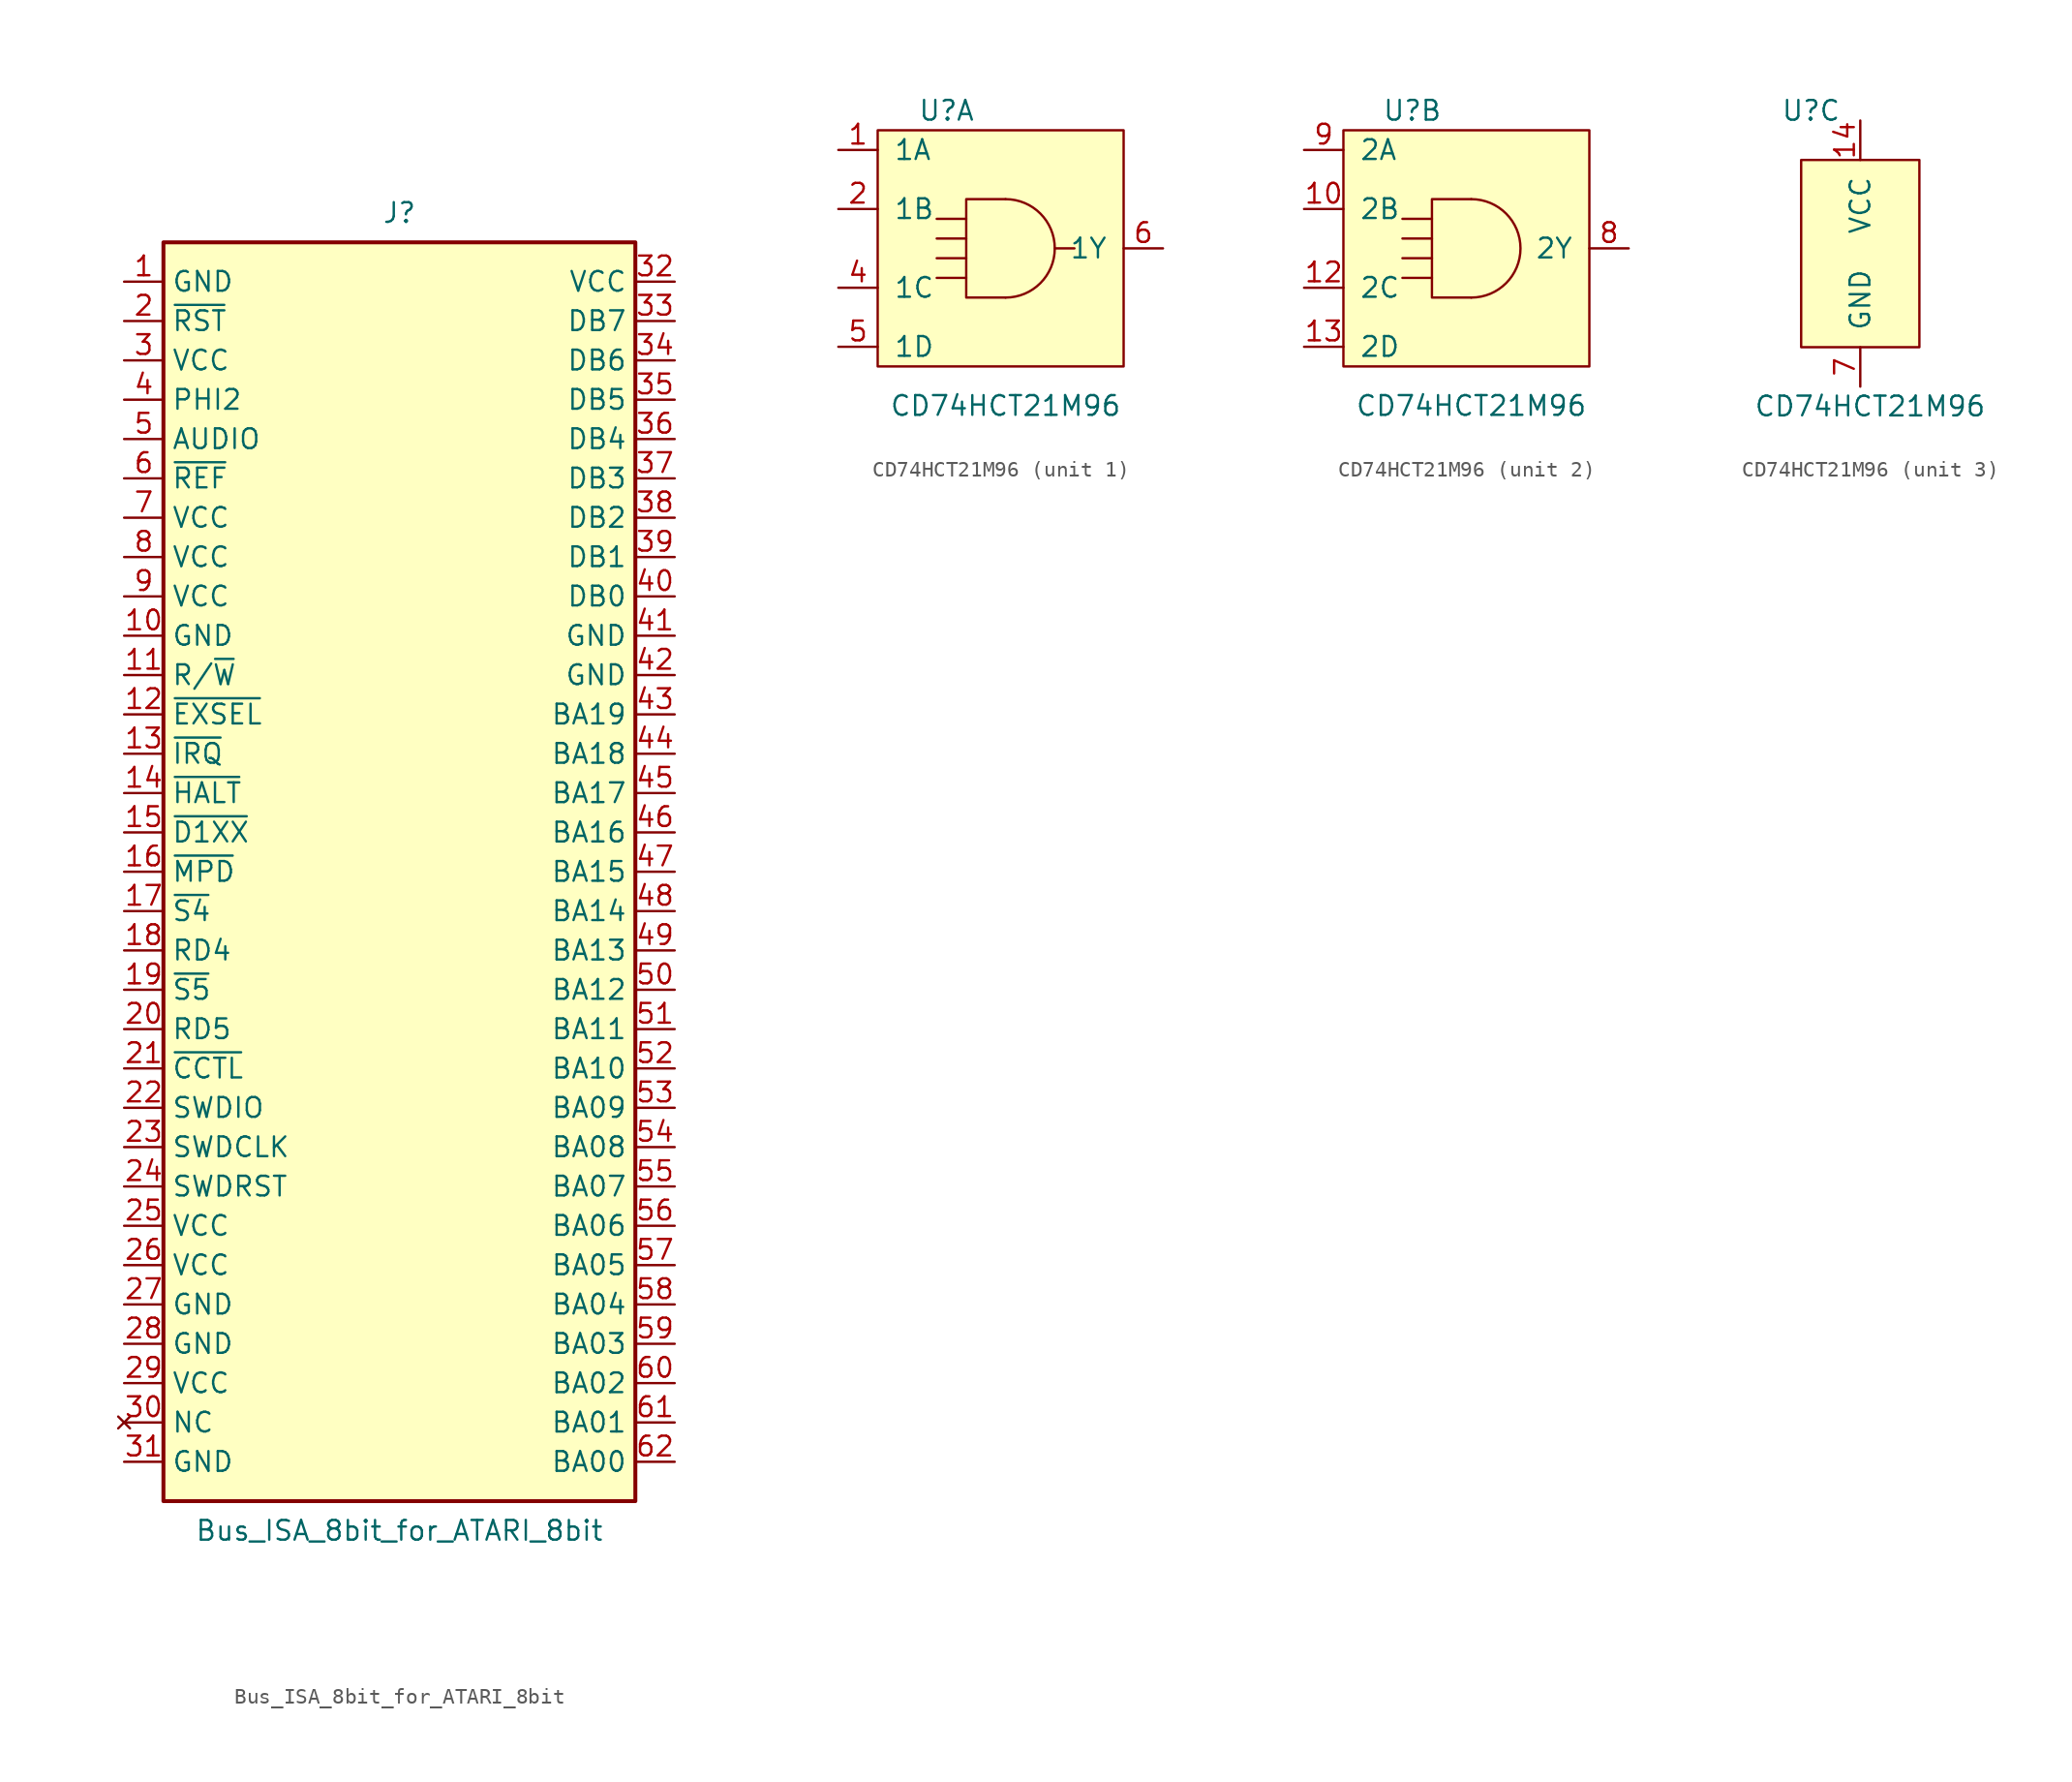
<source format=kicad_sym>
(kicad_symbol_lib
  (version 20241209)
  (generator "kicad_symbol_editor")
  (generator_version "9.0")
  (symbol "Bus_ISA_8bit_for_ATARI_8bit"
    (property "Reference" "J"
      (at 0 42.545 0)
      (effects (font (size 1.27 1.27))))
    (property "Value" "Bus_ISA_8bit_for_ATARI_8bit"
      (at 0 -42.545 0)
      (effects (font (size 1.27 1.27))))
    (symbol "Bus_ISA_8bit_for_ATARI_8bit_0_1"
      (rectangle (start -15.24 -40.64) (end 15.24 40.64) (stroke (width 0.254) (type solid)) (fill (type background))))
    (symbol "Bus_ISA_8bit_for_ATARI_8bit_1_1"
      (pin power_in line (at -17.78 38.1 0) (length 2.54) (name "GND" (effects (font (size 1.27 1.27)))) (number "1" (effects (font (size 1.27 1.27)))))
      (pin bidirectional line (at -17.78 35.56 0) (length 2.54) (name "~{RST}" (effects (font (size 1.27 1.27)))) (number "2" (effects (font (size 1.27 1.27)))))
      (pin power_in line (at -17.78 33.02 0) (length 2.54) (name "VCC" (effects (font (size 1.27 1.27)))) (number "3" (effects (font (size 1.27 1.27)))))
      (pin input line (at -17.78 30.48 0) (length 2.54) (name "PHI2" (effects (font (size 1.27 1.27)))) (number "4" (effects (font (size 1.27 1.27)))))
      (pin input line (at -17.78 27.94 0) (length 2.54) (name "AUDIO" (effects (font (size 1.27 1.27)))) (number "5" (effects (font (size 1.27 1.27)))))
      (pin bidirectional line (at -17.78 25.4 0) (length 2.54) (name "~{REF}" (effects (font (size 1.27 1.27)))) (number "6" (effects (font (size 1.27 1.27)))))
      (pin power_in line (at -17.78 22.86 0) (length 2.54) (name "VCC" (effects (font (size 1.27 1.27)))) (number "7" (effects (font (size 1.27 1.27)))))
      (pin power_in line (at -17.78 20.32 0) (length 2.54) (name "VCC" (effects (font (size 1.27 1.27)))) (number "8" (effects (font (size 1.27 1.27)))))
      (pin power_in line (at -17.78 17.78 0) (length 2.54) (name "VCC" (effects (font (size 1.27 1.27)))) (number "9" (effects (font (size 1.27 1.27)))))
      (pin power_in line (at -17.78 15.24 0) (length 2.54) (name "GND" (effects (font (size 1.27 1.27)))) (number "10" (effects (font (size 1.27 1.27)))))
      (pin input line (at -17.78 12.7 0) (length 2.54) (name "R/~{W}" (effects (font (size 1.27 1.27)))) (number "11" (effects (font (size 1.27 1.27)))))
      (pin bidirectional line (at -17.78 10.16 0) (length 2.54) (name "~{EXSEL}" (effects (font (size 1.27 1.27)))) (number "12" (effects (font (size 1.27 1.27)))))
      (pin bidirectional line (at -17.78 7.62 0) (length 2.54) (name "~{IRQ}" (effects (font (size 1.27 1.27)))) (number "13" (effects (font (size 1.27 1.27)))))
      (pin bidirectional line (at -17.78 5.08 0) (length 2.54) (name "~{HALT}" (effects (font (size 1.27 1.27)))) (number "14" (effects (font (size 1.27 1.27)))))
      (pin bidirectional line (at -17.78 2.54 0) (length 2.54) (name "~{D1XX}" (effects (font (size 1.27 1.27)))) (number "15" (effects (font (size 1.27 1.27)))))
      (pin bidirectional line (at -17.78 0 0) (length 2.54) (name "~{MPD}" (effects (font (size 1.27 1.27)))) (number "16" (effects (font (size 1.27 1.27)))))
      (pin bidirectional line (at -17.78 -2.54 0) (length 2.54) (name "~{S4}" (effects (font (size 1.27 1.27)))) (number "17" (effects (font (size 1.27 1.27)))))
      (pin bidirectional line (at -17.78 -5.08 0) (length 2.54) (name "RD4" (effects (font (size 1.27 1.27)))) (number "18" (effects (font (size 1.27 1.27)))))
      (pin bidirectional line (at -17.78 -7.62 0) (length 2.54) (name "~{S5}" (effects (font (size 1.27 1.27)))) (number "19" (effects (font (size 1.27 1.27)))))
      (pin bidirectional line (at -17.78 -10.16 0) (length 2.54) (name "RD5" (effects (font (size 1.27 1.27)))) (number "20" (effects (font (size 1.27 1.27)))))
      (pin bidirectional line (at -17.78 -12.7 0) (length 2.54) (name "~{CCTL}" (effects (font (size 1.27 1.27)))) (number "21" (effects (font (size 1.27 1.27)))))
      (pin tri_state line (at -17.78 -15.24 0) (length 2.54) (name "SWDIO" (effects (font (size 1.27 1.27)))) (number "22" (effects (font (size 1.27 1.27)))))
      (pin input line (at -17.78 -17.78 0) (length 2.54) (name "SWDCLK" (effects (font (size 1.27 1.27)))) (number "23" (effects (font (size 1.27 1.27)))))
      (pin input line (at -17.78 -20.32 0) (length 2.54) (name "SWDRST" (effects (font (size 1.27 1.27)))) (number "24" (effects (font (size 1.27 1.27)))))
      (pin power_in line (at -17.78 -22.86 0) (length 2.54) (name "VCC" (effects (font (size 1.27 1.27)))) (number "25" (effects (font (size 1.27 1.27)))))
      (pin power_in line (at -17.78 -25.4 0) (length 2.54) (name "VCC" (effects (font (size 1.27 1.27)))) (number "26" (effects (font (size 1.27 1.27)))))
      (pin power_in line (at -17.78 -27.94 0) (length 2.54) (name "GND" (effects (font (size 1.27 1.27)))) (number "27" (effects (font (size 1.27 1.27)))))
      (pin power_in line (at -17.78 -30.48 0) (length 2.54) (name "GND" (effects (font (size 1.27 1.27)))) (number "28" (effects (font (size 1.27 1.27)))))
      (pin power_in line (at -17.78 -33.02 0) (length 2.54) (name "VCC" (effects (font (size 1.27 1.27)))) (number "29" (effects (font (size 1.27 1.27)))))
      (pin no_connect line (at -17.78 -35.56 0) (length 2.54) (name "NC" (effects (font (size 1.27 1.27)))) (number "30" (effects (font (size 1.27 1.27)))))
      (pin power_in line (at -17.78 -38.1 0) (length 2.54) (name "GND" (effects (font (size 1.27 1.27)))) (number "31" (effects (font (size 1.27 1.27)))))
      (pin power_in line (at 17.78 38.1 180) (length 2.54) (name "VCC" (effects (font (size 1.27 1.27)))) (number "32" (effects (font (size 1.27 1.27)))))
      (pin tri_state line (at 17.78 35.56 180) (length 2.54) (name "DB7" (effects (font (size 1.27 1.27)))) (number "33" (effects (font (size 1.27 1.27)))))
      (pin tri_state line (at 17.78 33.02 180) (length 2.54) (name "DB6" (effects (font (size 1.27 1.27)))) (number "34" (effects (font (size 1.27 1.27)))))
      (pin tri_state line (at 17.78 30.48 180) (length 2.54) (name "DB5" (effects (font (size 1.27 1.27)))) (number "35" (effects (font (size 1.27 1.27)))))
      (pin tri_state line (at 17.78 27.94 180) (length 2.54) (name "DB4" (effects (font (size 1.27 1.27)))) (number "36" (effects (font (size 1.27 1.27)))))
      (pin tri_state line (at 17.78 25.4 180) (length 2.54) (name "DB3" (effects (font (size 1.27 1.27)))) (number "37" (effects (font (size 1.27 1.27)))))
      (pin tri_state line (at 17.78 22.86 180) (length 2.54) (name "DB2" (effects (font (size 1.27 1.27)))) (number "38" (effects (font (size 1.27 1.27)))))
      (pin tri_state line (at 17.78 20.32 180) (length 2.54) (name "DB1" (effects (font (size 1.27 1.27)))) (number "39" (effects (font (size 1.27 1.27)))))
      (pin tri_state line (at 17.78 17.78 180) (length 2.54) (name "DB0" (effects (font (size 1.27 1.27)))) (number "40" (effects (font (size 1.27 1.27)))))
      (pin power_in line (at 17.78 15.24 180) (length 2.54) (name "GND" (effects (font (size 1.27 1.27)))) (number "41" (effects (font (size 1.27 1.27)))))
      (pin power_in line (at 17.78 12.7 180) (length 2.54) (name "GND" (effects (font (size 1.27 1.27)))) (number "42" (effects (font (size 1.27 1.27)))))
      (pin tri_state line (at 17.78 10.16 180) (length 2.54) (name "BA19" (effects (font (size 1.27 1.27)))) (number "43" (effects (font (size 1.27 1.27)))))
      (pin tri_state line (at 17.78 7.62 180) (length 2.54) (name "BA18" (effects (font (size 1.27 1.27)))) (number "44" (effects (font (size 1.27 1.27)))))
      (pin tri_state line (at 17.78 5.08 180) (length 2.54) (name "BA17" (effects (font (size 1.27 1.27)))) (number "45" (effects (font (size 1.27 1.27)))))
      (pin tri_state line (at 17.78 2.54 180) (length 2.54) (name "BA16" (effects (font (size 1.27 1.27)))) (number "46" (effects (font (size 1.27 1.27)))))
      (pin tri_state line (at 17.78 0 180) (length 2.54) (name "BA15" (effects (font (size 1.27 1.27)))) (number "47" (effects (font (size 1.27 1.27)))))
      (pin tri_state line (at 17.78 -2.54 180) (length 2.54) (name "BA14" (effects (font (size 1.27 1.27)))) (number "48" (effects (font (size 1.27 1.27)))))
      (pin tri_state line (at 17.78 -5.08 180) (length 2.54) (name "BA13" (effects (font (size 1.27 1.27)))) (number "49" (effects (font (size 1.27 1.27)))))
      (pin tri_state line (at 17.78 -7.62 180) (length 2.54) (name "BA12" (effects (font (size 1.27 1.27)))) (number "50" (effects (font (size 1.27 1.27)))))
      (pin tri_state line (at 17.78 -10.16 180) (length 2.54) (name "BA11" (effects (font (size 1.27 1.27)))) (number "51" (effects (font (size 1.27 1.27)))))
      (pin tri_state line (at 17.78 -12.7 180) (length 2.54) (name "BA10" (effects (font (size 1.27 1.27)))) (number "52" (effects (font (size 1.27 1.27)))))
      (pin tri_state line (at 17.78 -15.24 180) (length 2.54) (name "BA09" (effects (font (size 1.27 1.27)))) (number "53" (effects (font (size 1.27 1.27)))))
      (pin tri_state line (at 17.78 -17.78 180) (length 2.54) (name "BA08" (effects (font (size 1.27 1.27)))) (number "54" (effects (font (size 1.27 1.27)))))
      (pin tri_state line (at 17.78 -20.32 180) (length 2.54) (name "BA07" (effects (font (size 1.27 1.27)))) (number "55" (effects (font (size 1.27 1.27)))))
      (pin tri_state line (at 17.78 -22.86 180) (length 2.54) (name "BA06" (effects (font (size 1.27 1.27)))) (number "56" (effects (font (size 1.27 1.27)))))
      (pin tri_state line (at 17.78 -25.4 180) (length 2.54) (name "BA05" (effects (font (size 1.27 1.27)))) (number "57" (effects (font (size 1.27 1.27)))))
      (pin tri_state line (at 17.78 -27.94 180) (length 2.54) (name "BA04" (effects (font (size 1.27 1.27)))) (number "58" (effects (font (size 1.27 1.27)))))
      (pin tri_state line (at 17.78 -30.48 180) (length 2.54) (name "BA03" (effects (font (size 1.27 1.27)))) (number "59" (effects (font (size 1.27 1.27)))))
      (pin tri_state line (at 17.78 -33.02 180) (length 2.54) (name "BA02" (effects (font (size 1.27 1.27)))) (number "60" (effects (font (size 1.27 1.27)))))
      (pin tri_state line (at 17.78 -35.56 180) (length 2.54) (name "BA01" (effects (font (size 1.27 1.27)))) (number "61" (effects (font (size 1.27 1.27)))))
      (pin tri_state line (at 17.78 -38.1 180) (length 2.54) (name "BA00" (effects (font (size 1.27 1.27)))) (number "62" (effects (font (size 1.27 1.27)))))))
  (symbol "CD74HCT21M96"
    (pin_names
      (offset 1.016))
    (property "Reference" "U"
      (at -3.175 8.89 0)
      (effects (font (size 1.27 1.27))))
    (property "Value" "CD74HCT21M96"
      (at 0.635 -10.16 0)
      (effects (font (size 1.27 1.27))))
    (property "ki_locked" ""
      (at 0 0 0)
      (effects (font (size 1.27 1.27))))
    (symbol "CD74HCT21M96_1_1"
      (rectangle (start -7.62 7.62) (end 8.255 -7.62) (stroke (width 0) (type solid)) (fill (type background)))
      (polyline (pts (xy -1.905 1.905) (xy -3.81 1.905)) (stroke (width 0) (type solid)) (fill (type none)))
      (polyline (pts (xy -1.905 0.635) (xy -3.81 0.635)) (stroke (width 0) (type solid)) (fill (type none)))
      (polyline (pts (xy -1.905 -0.635) (xy -3.81 -0.635)) (stroke (width 0) (type solid)) (fill (type none)))
      (polyline (pts (xy -1.905 -1.905) (xy -3.81 -1.905)) (stroke (width 0) (type solid)) (fill (type none)))
      (polyline (pts (xy 0.635 3.175) (xy -1.905 3.175) (xy -1.905 -3.175) (xy 0.635 -3.175)) (stroke (width 0) (type solid)) (fill (type none)))
      (arc (start 0.635 3.175) (mid 3.81 0) (end 0.635 -3.175) (stroke (width 0) (type solid)) (fill (type none)))
      (polyline (pts (xy 3.81 0) (xy 5.08 0)) (stroke (width 0) (type solid)) (fill (type none)))
      (pin input line (at -10.16 6.35 0) (length 2.54) (name "1A" (effects (font (size 1.27 1.27)))) (number "1" (effects (font (size 1.27 1.27)))))
      (pin input line (at -10.16 2.54 0) (length 2.54) (name "1B" (effects (font (size 1.27 1.27)))) (number "2" (effects (font (size 1.27 1.27)))))
      (pin input line (at -10.16 -2.54 0) (length 2.54) (name "1C" (effects (font (size 1.27 1.27)))) (number "4" (effects (font (size 1.27 1.27)))))
      (pin input line (at -10.16 -6.35 0) (length 2.54) (name "1D" (effects (font (size 1.27 1.27)))) (number "5" (effects (font (size 1.27 1.27)))))
      (pin no_connect line (at -0.635 -10.795 90) (length 2.54) (hide yes) (name "~" (effects (font (size 1.27 1.27)))) (number "3" (effects (font (size 1.27 1.27)))))
      (pin output line (at 10.795 0 180) (length 2.54) (name "1Y" (effects (font (size 1.27 1.27)))) (number "6" (effects (font (size 1.27 1.27))))))
    (symbol "CD74HCT21M96_2_0"
      (polyline (pts (xy -1.905 1.905) (xy -3.81 1.905)) (stroke (width 0) (type solid)) (fill (type none)))
      (polyline (pts (xy -1.905 0.635) (xy -3.81 0.635)) (stroke (width 0) (type solid)) (fill (type none)))
      (polyline (pts (xy -1.905 -0.635) (xy -3.81 -0.635)) (stroke (width 0) (type solid)) (fill (type none)))
      (polyline (pts (xy -1.905 -1.905) (xy -3.81 -1.905)) (stroke (width 0) (type solid)) (fill (type none)))
      (polyline (pts (xy 0.635 3.175) (xy -1.905 3.175) (xy -1.905 -3.175) (xy 0.635 -3.175)) (stroke (width 0) (type solid)) (fill (type none)))
      (arc (start 0.635 3.175) (mid 3.81 0) (end 0.635 -3.175) (stroke (width 0) (type solid)) (fill (type none))))
    (symbol "CD74HCT21M96_2_1"
      (rectangle (start -7.62 7.62) (end 8.255 -7.62) (stroke (width 0) (type solid)) (fill (type background)))
      (pin input line (at -10.16 6.35 0) (length 2.54) (name "2A" (effects (font (size 1.27 1.27)))) (number "9" (effects (font (size 1.27 1.27)))))
      (pin input line (at -10.16 2.54 0) (length 2.54) (name "2B" (effects (font (size 1.27 1.27)))) (number "10" (effects (font (size 1.27 1.27)))))
      (pin input line (at -10.16 -2.54 0) (length 2.54) (name "2C" (effects (font (size 1.27 1.27)))) (number "12" (effects (font (size 1.27 1.27)))))
      (pin input line (at -10.16 -6.35 0) (length 2.54) (name "2D" (effects (font (size 1.27 1.27)))) (number "13" (effects (font (size 1.27 1.27)))))
      (pin no_connect line (at -0.635 -10.795 90) (length 2.54) (hide yes) (name "~" (effects (font (size 1.27 1.27)))) (number "11" (effects (font (size 1.27 1.27)))))
      (pin output line (at 10.795 0 180) (length 2.54) (name "2Y" (effects (font (size 1.27 1.27)))) (number "8" (effects (font (size 1.27 1.27))))))
    (symbol "CD74HCT21M96_3_0"
      (rectangle (start -3.81 5.715) (end 3.81 -6.35) (stroke (width 0) (type solid)) (fill (type background))))
    (symbol "CD74HCT21M96_3_1"
      (pin power_in line (at 0 8.255 270) (length 2.54) (name "VCC" (effects (font (size 1.27 1.27)))) (number "14" (effects (font (size 1.27 1.27)))))
      (pin power_in line (at 0 -8.89 90) (length 2.54) (name "GND" (effects (font (size 1.27 1.27)))) (number "7" (effects (font (size 1.27 1.27))))))))
</source>
